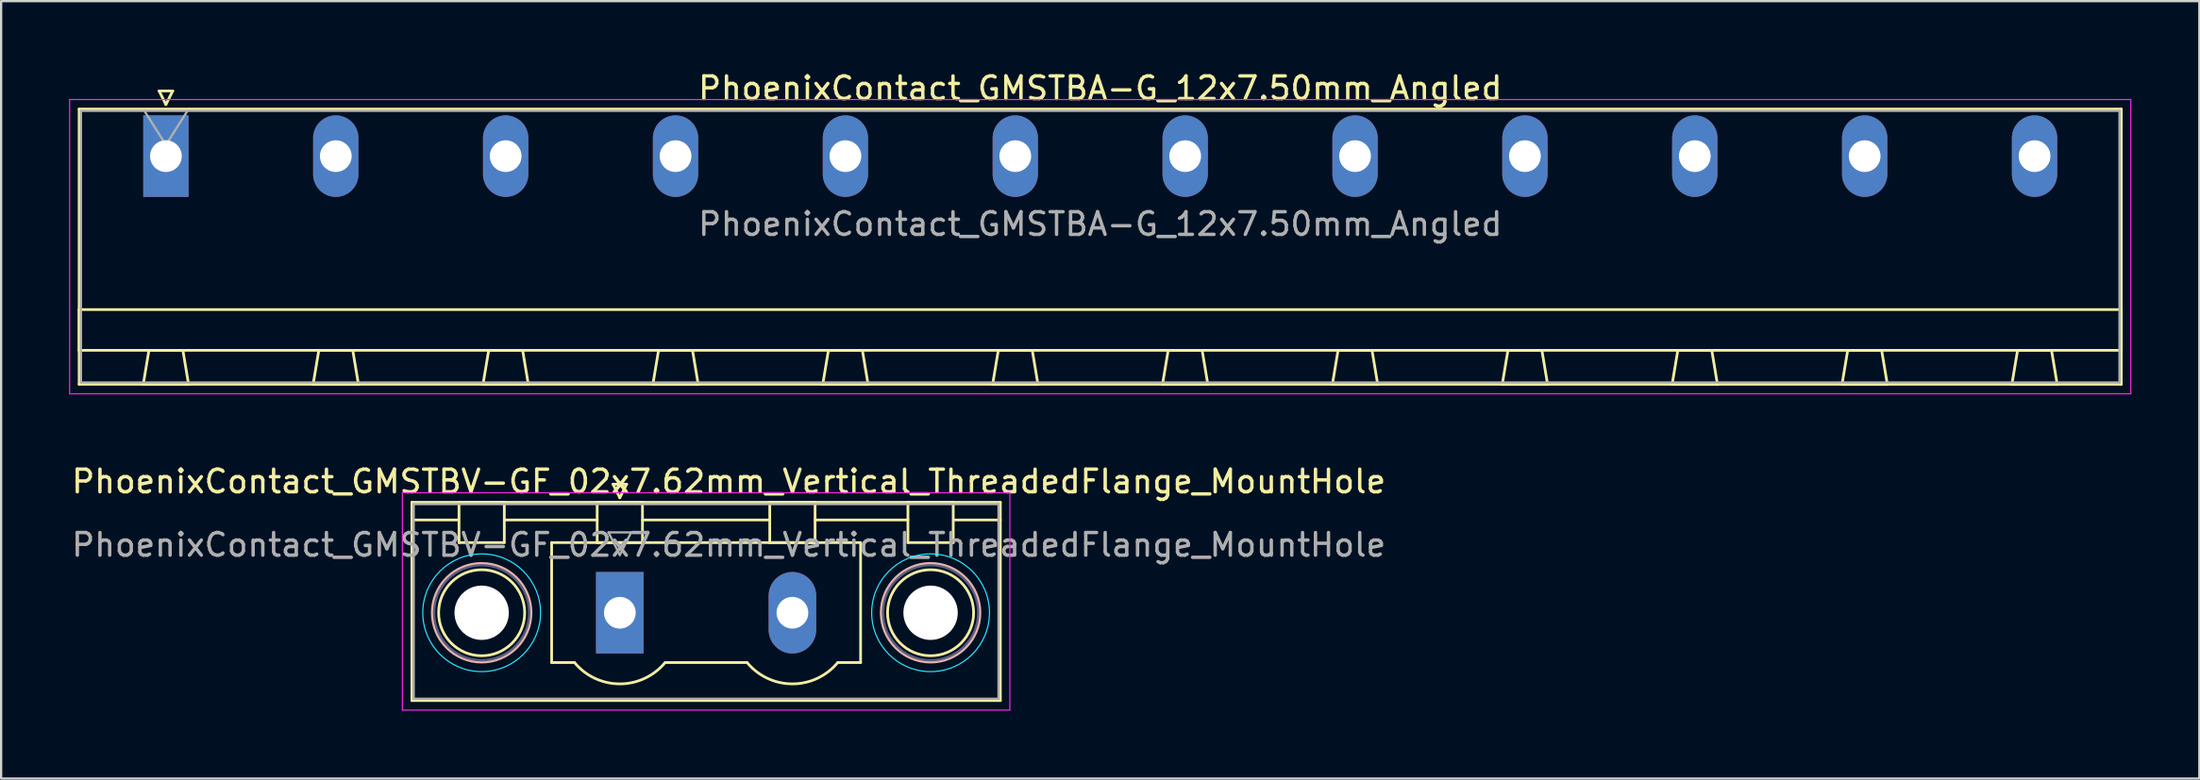
<source format=kicad_pcb>
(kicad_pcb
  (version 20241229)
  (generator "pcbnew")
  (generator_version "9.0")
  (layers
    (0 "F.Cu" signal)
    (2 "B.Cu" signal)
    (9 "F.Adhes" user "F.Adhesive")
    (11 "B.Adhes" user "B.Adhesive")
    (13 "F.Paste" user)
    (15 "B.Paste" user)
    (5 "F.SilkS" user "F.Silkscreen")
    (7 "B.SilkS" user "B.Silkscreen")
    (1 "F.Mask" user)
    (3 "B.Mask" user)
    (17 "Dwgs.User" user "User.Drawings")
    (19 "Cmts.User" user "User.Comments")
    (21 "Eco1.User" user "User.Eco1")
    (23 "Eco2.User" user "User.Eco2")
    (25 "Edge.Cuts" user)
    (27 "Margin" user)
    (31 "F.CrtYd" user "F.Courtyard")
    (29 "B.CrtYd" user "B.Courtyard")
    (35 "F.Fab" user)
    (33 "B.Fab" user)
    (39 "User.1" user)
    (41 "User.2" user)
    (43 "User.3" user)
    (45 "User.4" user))
  (footprint "PhoenixContact_GMSTBV-GF_02x7.62mm_Vertical_ThreadedFlange_MountHole"
    (layer "F.Cu")
    (at 24.315 24.021)
    (property "Reference" "PhoenixContact_GMSTBV-GF_02x7.62mm_Vertical_ThreadedFlange_MountHole" (at 4.81 -5.8 0) (layer "F.SilkS") (effects (font (size 1 1) (thickness 0.15))))
    (attr through_hole)
    (fp_line (start -9.18 -4.88) (end -9.18 3.88) (stroke (width 0.12) (type solid)) (layer "F.SilkS"))
    (fp_line (start -9.18 -4.1) (end -7.18 -4.1) (stroke (width 0.12) (type solid)) (layer "F.SilkS"))
    (fp_line (start -9.18 3.88) (end 16.8 3.88) (stroke (width 0.12) (type solid)) (layer "F.SilkS"))
    (fp_line (start -7.1 -4.88) (end -5.1 -4.88) (stroke (width 0.12) (type solid)) (layer "F.SilkS"))
    (fp_line (start -7.1 -3.1) (end -7.1 -4.88) (stroke (width 0.12) (type solid)) (layer "F.SilkS"))
    (fp_line (start -5.1 -4.88) (end -5.1 -3.1) (stroke (width 0.12) (type solid)) (layer "F.SilkS"))
    (fp_line (start -5.1 -4.1) (end -1 -4.1) (stroke (width 0.12) (type solid)) (layer "F.SilkS"))
    (fp_line (start -5.1 -3.1) (end -7.1 -3.1) (stroke (width 0.12) (type solid)) (layer "F.SilkS"))
    (fp_line (start -3.01 -3.1) (end 10.63 -3.1) (stroke (width 0.12) (type solid)) (layer "F.SilkS"))
    (fp_line (start -3.01 2.2) (end -3.01 -3.1) (stroke (width 0.12) (type solid)) (layer "F.SilkS"))
    (fp_line (start -2 2.2) (end -3.01 2.2) (stroke (width 0.12) (type solid)) (layer "F.SilkS"))
    (fp_line (start -1 -4.88) (end 1 -4.88) (stroke (width 0.12) (type solid)) (layer "F.SilkS"))
    (fp_line (start -1 -3.1) (end -1 -4.88) (stroke (width 0.12) (type solid)) (layer "F.SilkS"))
    (fp_line (start -0.3 -5.68) (end 0.3 -5.68) (stroke (width 0.12) (type solid)) (layer "F.SilkS"))
    (fp_line (start 0 -5.08) (end -0.3 -5.68) (stroke (width 0.12) (type solid)) (layer "F.SilkS"))
    (fp_line (start 0.3 -5.68) (end 0 -5.08) (stroke (width 0.12) (type solid)) (layer "F.SilkS"))
    (fp_line (start 1 -4.88) (end 1 -3.1) (stroke (width 0.12) (type solid)) (layer "F.SilkS"))
    (fp_line (start 1 -4.1) (end 6.62 -4.1) (stroke (width 0.12) (type solid)) (layer "F.SilkS"))
    (fp_line (start 1 -3.1) (end -1 -3.1) (stroke (width 0.12) (type solid)) (layer "F.SilkS"))
    (fp_line (start 2 2.2) (end 5.62 2.2) (stroke (width 0.12) (type solid)) (layer "F.SilkS"))
    (fp_line (start 6.62 -4.88) (end 8.62 -4.88) (stroke (width 0.12) (type solid)) (layer "F.SilkS"))
    (fp_line (start 6.62 -3.1) (end 6.62 -4.88) (stroke (width 0.12) (type solid)) (layer "F.SilkS"))
    (fp_line (start 8.62 -4.88) (end 8.62 -3.1) (stroke (width 0.12) (type solid)) (layer "F.SilkS"))
    (fp_line (start 8.62 -4.1) (end 12.72 -4.1) (stroke (width 0.12) (type solid)) (layer "F.SilkS"))
    (fp_line (start 8.62 -3.1) (end 6.62 -3.1) (stroke (width 0.12) (type solid)) (layer "F.SilkS"))
    (fp_line (start 10.63 -3.1) (end 10.63 2.2) (stroke (width 0.12) (type solid)) (layer "F.SilkS"))
    (fp_line (start 10.63 2.2) (end 9.62 2.2) (stroke (width 0.12) (type solid)) (layer "F.SilkS"))
    (fp_line (start 12.72 -4.88) (end 14.72 -4.88) (stroke (width 0.12) (type solid)) (layer "F.SilkS"))
    (fp_line (start 12.72 -3.1) (end 12.72 -4.88) (stroke (width 0.12) (type solid)) (layer "F.SilkS"))
    (fp_line (start 14.72 -4.88) (end 14.72 -3.1) (stroke (width 0.12) (type solid)) (layer "F.SilkS"))
    (fp_line (start 14.72 -3.1) (end 12.72 -3.1) (stroke (width 0.12) (type solid)) (layer "F.SilkS"))
    (fp_line (start 16.8 -4.88) (end -9.18 -4.88) (stroke (width 0.12) (type solid)) (layer "F.SilkS"))
    (fp_line (start 16.8 -4.1) (end 14.8 -4.1) (stroke (width 0.12) (type solid)) (layer "F.SilkS"))
    (fp_line (start 16.8 3.88) (end 16.8 -4.88) (stroke (width 0.12) (type solid)) (layer "F.SilkS"))
    (fp_arc (start 1.986842 2.215821) (mid -0.010289 3.142758) (end -2 2.2) (stroke (width 0.12) (type solid)) (layer "F.SilkS"))
    (fp_arc (start 9.606842 2.215821) (mid 7.609711 3.142758) (end 5.62 2.2) (stroke (width 0.12) (type solid)) (layer "F.SilkS"))
    (fp_circle (center -6.1 0) (end -4.2 0) (stroke (width 0.12) (type solid)) (fill no) (layer "F.SilkS"))
    (fp_circle (center 13.72 0) (end 15.62 0) (stroke (width 0.12) (type solid)) (fill no) (layer "F.SilkS"))
    (fp_circle (center -6.1 0) (end -3.92 0) (stroke (width 0.12) (type solid)) (fill no) (layer "B.SilkS"))
    (fp_circle (center 13.72 0) (end 15.9 0) (stroke (width 0.12) (type solid)) (fill no) (layer "B.SilkS"))
    (fp_circle (center -6.1 0) (end -3.5 0) (stroke (width 0.05) (type solid)) (fill no) (layer "B.CrtYd"))
    (fp_circle (center 13.72 0) (end 16.32 0) (stroke (width 0.05) (type solid)) (fill no) (layer "B.CrtYd"))
    (fp_line (start -9.6 -5.3) (end -9.6 4.3) (stroke (width 0.05) (type solid)) (layer "F.CrtYd"))
    (fp_line (start -9.6 4.3) (end 17.22 4.3) (stroke (width 0.05) (type solid)) (layer "F.CrtYd"))
    (fp_line (start 17.22 -5.3) (end -9.6 -5.3) (stroke (width 0.05) (type solid)) (layer "F.CrtYd"))
    (fp_line (start 17.22 4.3) (end 17.22 -5.3) (stroke (width 0.05) (type solid)) (layer "F.CrtYd"))
    (fp_circle (center -6.1 0) (end -4 0) (stroke (width 0.1) (type solid)) (fill no) (layer "B.Fab"))
    (fp_circle (center 13.72 0) (end 15.82 0) (stroke (width 0.1) (type solid)) (fill no) (layer "B.Fab"))
    (fp_line (start -9.1 -4.8) (end -9.1 3.8) (stroke (width 0.1) (type solid)) (layer "F.Fab"))
    (fp_line (start -9.1 3.8) (end 16.72 3.8) (stroke (width 0.1) (type solid)) (layer "F.Fab"))
    (fp_line (start -0.5 -3.55) (end 0.5 -3.55) (stroke (width 0.1) (type solid)) (layer "F.Fab"))
    (fp_line (start 0 -2.55) (end -0.5 -3.55) (stroke (width 0.1) (type solid)) (layer "F.Fab"))
    (fp_line (start 0.5 -3.55) (end 0 -2.55) (stroke (width 0.1) (type solid)) (layer "F.Fab"))
    (fp_line (start 16.72 -4.8) (end -9.1 -4.8) (stroke (width 0.1) (type solid)) (layer "F.Fab"))
    (fp_line (start 16.72 3.8) (end 16.72 -4.8) (stroke (width 0.1) (type solid)) (layer "F.Fab"))
    (fp_text user "${REFERENCE}" (at 4.81 -3 0) (layer "F.Fab") (effects (font (size 1 1) (thickness 0.15))))
    (pad "" np_thru_hole circle (at -6.1 0) (size 2.4 2.4) (drill 2.4) (layers "*.Cu" "*.Mask"))
    (pad "" np_thru_hole circle (at 13.72 0) (size 2.4 2.4) (drill 2.4) (layers "*.Cu" "*.Mask"))
    (pad "1" thru_hole rect (at 0 0) (size 2.1 3.6) (drill 1.4) (layers "*.Cu" "*.Mask"))
    (pad "2" thru_hole oval (at 7.62 0) (size 2.1 3.6) (drill 1.4) (layers "*.Cu" "*.Mask")))
  (footprint "PhoenixContact_GMSTBA-G_12x7.50mm_Angled"
    (layer "F.Cu")
    (at 4.275 3.848)
    (property "Reference" "PhoenixContact_GMSTBA-G_12x7.50mm_Angled" (at 41.25 -3 0) (layer "F.SilkS") (effects (font (size 1 1) (thickness 0.15))))
    (attr through_hole)
    (fp_line (start -3.83 -2.08) (end -3.83 10.08) (stroke (width 0.12) (type solid)) (layer "F.SilkS"))
    (fp_line (start -3.83 6.78) (end 86.33 6.78) (stroke (width 0.12) (type solid)) (layer "F.SilkS"))
    (fp_line (start -3.83 8.58) (end -3.83 6.78) (stroke (width 0.12) (type solid)) (layer "F.SilkS"))
    (fp_line (start -3.83 10.08) (end 86.33 10.08) (stroke (width 0.12) (type solid)) (layer "F.SilkS"))
    (fp_line (start -1 10.08) (end 1 10.08) (stroke (width 0.12) (type solid)) (layer "F.SilkS"))
    (fp_line (start -0.75 8.58) (end -1 10.08) (stroke (width 0.12) (type solid)) (layer "F.SilkS"))
    (fp_line (start -0.3 -2.88) (end 0.3 -2.88) (stroke (width 0.12) (type solid)) (layer "F.SilkS"))
    (fp_line (start 0 -2.28) (end -0.3 -2.88) (stroke (width 0.12) (type solid)) (layer "F.SilkS"))
    (fp_line (start 0.3 -2.88) (end 0 -2.28) (stroke (width 0.12) (type solid)) (layer "F.SilkS"))
    (fp_line (start 0.75 8.58) (end -0.75 8.58) (stroke (width 0.12) (type solid)) (layer "F.SilkS"))
    (fp_line (start 1 10.08) (end 0.75 8.58) (stroke (width 0.12) (type solid)) (layer "F.SilkS"))
    (fp_line (start 6.5 10.08) (end 8.5 10.08) (stroke (width 0.12) (type solid)) (layer "F.SilkS"))
    (fp_line (start 6.75 8.58) (end 6.5 10.08) (stroke (width 0.12) (type solid)) (layer "F.SilkS"))
    (fp_line (start 8.25 8.58) (end 6.75 8.58) (stroke (width 0.12) (type solid)) (layer "F.SilkS"))
    (fp_line (start 8.5 10.08) (end 8.25 8.58) (stroke (width 0.12) (type solid)) (layer "F.SilkS"))
    (fp_line (start 14 10.08) (end 16 10.08) (stroke (width 0.12) (type solid)) (layer "F.SilkS"))
    (fp_line (start 14.25 8.58) (end 14 10.08) (stroke (width 0.12) (type solid)) (layer "F.SilkS"))
    (fp_line (start 15.75 8.58) (end 14.25 8.58) (stroke (width 0.12) (type solid)) (layer "F.SilkS"))
    (fp_line (start 16 10.08) (end 15.75 8.58) (stroke (width 0.12) (type solid)) (layer "F.SilkS"))
    (fp_line (start 21.5 10.08) (end 23.5 10.08) (stroke (width 0.12) (type solid)) (layer "F.SilkS"))
    (fp_line (start 21.75 8.58) (end 21.5 10.08) (stroke (width 0.12) (type solid)) (layer "F.SilkS"))
    (fp_line (start 23.25 8.58) (end 21.75 8.58) (stroke (width 0.12) (type solid)) (layer "F.SilkS"))
    (fp_line (start 23.5 10.08) (end 23.25 8.58) (stroke (width 0.12) (type solid)) (layer "F.SilkS"))
    (fp_line (start 29 10.08) (end 31 10.08) (stroke (width 0.12) (type solid)) (layer "F.SilkS"))
    (fp_line (start 29.25 8.58) (end 29 10.08) (stroke (width 0.12) (type solid)) (layer "F.SilkS"))
    (fp_line (start 30.75 8.58) (end 29.25 8.58) (stroke (width 0.12) (type solid)) (layer "F.SilkS"))
    (fp_line (start 31 10.08) (end 30.75 8.58) (stroke (width 0.12) (type solid)) (layer "F.SilkS"))
    (fp_line (start 36.5 10.08) (end 38.5 10.08) (stroke (width 0.12) (type solid)) (layer "F.SilkS"))
    (fp_line (start 36.75 8.58) (end 36.5 10.08) (stroke (width 0.12) (type solid)) (layer "F.SilkS"))
    (fp_line (start 38.25 8.58) (end 36.75 8.58) (stroke (width 0.12) (type solid)) (layer "F.SilkS"))
    (fp_line (start 38.5 10.08) (end 38.25 8.58) (stroke (width 0.12) (type solid)) (layer "F.SilkS"))
    (fp_line (start 44 10.08) (end 46 10.08) (stroke (width 0.12) (type solid)) (layer "F.SilkS"))
    (fp_line (start 44.25 8.58) (end 44 10.08) (stroke (width 0.12) (type solid)) (layer "F.SilkS"))
    (fp_line (start 45.75 8.58) (end 44.25 8.58) (stroke (width 0.12) (type solid)) (layer "F.SilkS"))
    (fp_line (start 46 10.08) (end 45.75 8.58) (stroke (width 0.12) (type solid)) (layer "F.SilkS"))
    (fp_line (start 51.5 10.08) (end 53.5 10.08) (stroke (width 0.12) (type solid)) (layer "F.SilkS"))
    (fp_line (start 51.75 8.58) (end 51.5 10.08) (stroke (width 0.12) (type solid)) (layer "F.SilkS"))
    (fp_line (start 53.25 8.58) (end 51.75 8.58) (stroke (width 0.12) (type solid)) (layer "F.SilkS"))
    (fp_line (start 53.5 10.08) (end 53.25 8.58) (stroke (width 0.12) (type solid)) (layer "F.SilkS"))
    (fp_line (start 59 10.08) (end 61 10.08) (stroke (width 0.12) (type solid)) (layer "F.SilkS"))
    (fp_line (start 59.25 8.58) (end 59 10.08) (stroke (width 0.12) (type solid)) (layer "F.SilkS"))
    (fp_line (start 60.75 8.58) (end 59.25 8.58) (stroke (width 0.12) (type solid)) (layer "F.SilkS"))
    (fp_line (start 61 10.08) (end 60.75 8.58) (stroke (width 0.12) (type solid)) (layer "F.SilkS"))
    (fp_line (start 66.5 10.08) (end 68.5 10.08) (stroke (width 0.12) (type solid)) (layer "F.SilkS"))
    (fp_line (start 66.75 8.58) (end 66.5 10.08) (stroke (width 0.12) (type solid)) (layer "F.SilkS"))
    (fp_line (start 68.25 8.58) (end 66.75 8.58) (stroke (width 0.12) (type solid)) (layer "F.SilkS"))
    (fp_line (start 68.5 10.08) (end 68.25 8.58) (stroke (width 0.12) (type solid)) (layer "F.SilkS"))
    (fp_line (start 74 10.08) (end 76 10.08) (stroke (width 0.12) (type solid)) (layer "F.SilkS"))
    (fp_line (start 74.25 8.58) (end 74 10.08) (stroke (width 0.12) (type solid)) (layer "F.SilkS"))
    (fp_line (start 75.75 8.58) (end 74.25 8.58) (stroke (width 0.12) (type solid)) (layer "F.SilkS"))
    (fp_line (start 76 10.08) (end 75.75 8.58) (stroke (width 0.12) (type solid)) (layer "F.SilkS"))
    (fp_line (start 81.5 10.08) (end 83.5 10.08) (stroke (width 0.12) (type solid)) (layer "F.SilkS"))
    (fp_line (start 81.75 8.58) (end 81.5 10.08) (stroke (width 0.12) (type solid)) (layer "F.SilkS"))
    (fp_line (start 83.25 8.58) (end 81.75 8.58) (stroke (width 0.12) (type solid)) (layer "F.SilkS"))
    (fp_line (start 83.5 10.08) (end 83.25 8.58) (stroke (width 0.12) (type solid)) (layer "F.SilkS"))
    (fp_line (start 86.33 -2.08) (end -3.83 -2.08) (stroke (width 0.12) (type solid)) (layer "F.SilkS"))
    (fp_line (start 86.33 6.78) (end 86.33 8.58) (stroke (width 0.12) (type solid)) (layer "F.SilkS"))
    (fp_line (start 86.33 8.58) (end -3.83 8.58) (stroke (width 0.12) (type solid)) (layer "F.SilkS"))
    (fp_line (start 86.33 10.08) (end 86.33 -2.08) (stroke (width 0.12) (type solid)) (layer "F.SilkS"))
    (fp_line (start -4.25 -2.5) (end -4.25 10.5) (stroke (width 0.05) (type solid)) (layer "F.CrtYd"))
    (fp_line (start -4.25 10.5) (end 86.75 10.5) (stroke (width 0.05) (type solid)) (layer "F.CrtYd"))
    (fp_line (start 86.75 -2.5) (end -4.25 -2.5) (stroke (width 0.05) (type solid)) (layer "F.CrtYd"))
    (fp_line (start 86.75 10.5) (end 86.75 -2.5) (stroke (width 0.05) (type solid)) (layer "F.CrtYd"))
    (fp_line (start -3.75 -2) (end -3.75 10) (stroke (width 0.1) (type solid)) (layer "F.Fab"))
    (fp_line (start -3.75 10) (end 86.25 10) (stroke (width 0.1) (type solid)) (layer "F.Fab"))
    (fp_line (start 0 -0.5) (end -0.95 -2) (stroke (width 0.1) (type solid)) (layer "F.Fab"))
    (fp_line (start 0.95 -2) (end 0 -0.5) (stroke (width 0.1) (type solid)) (layer "F.Fab"))
    (fp_line (start 86.25 -2) (end -3.75 -2) (stroke (width 0.1) (type solid)) (layer "F.Fab"))
    (fp_line (start 86.25 10) (end 86.25 -2) (stroke (width 0.1) (type solid)) (layer "F.Fab"))
    (fp_text user "${REFERENCE}" (at 41.25 3 0) (layer "F.Fab") (effects (font (size 1 1) (thickness 0.15))))
    (pad "1" thru_hole rect (at 0 0) (size 2 3.6) (drill 1.4) (layers "*.Cu" "*.Mask"))
    (pad "2" thru_hole oval (at 7.5 0) (size 2 3.6) (drill 1.4) (layers "*.Cu" "*.Mask"))
    (pad "3" thru_hole oval (at 15 0) (size 2 3.6) (drill 1.4) (layers "*.Cu" "*.Mask"))
    (pad "4" thru_hole oval (at 22.5 0) (size 2 3.6) (drill 1.4) (layers "*.Cu" "*.Mask"))
    (pad "5" thru_hole oval (at 30 0) (size 2 3.6) (drill 1.4) (layers "*.Cu" "*.Mask"))
    (pad "6" thru_hole oval (at 37.5 0) (size 2 3.6) (drill 1.4) (layers "*.Cu" "*.Mask"))
    (pad "7" thru_hole oval (at 45 0) (size 2 3.6) (drill 1.4) (layers "*.Cu" "*.Mask"))
    (pad "8" thru_hole oval (at 52.5 0) (size 2 3.6) (drill 1.4) (layers "*.Cu" "*.Mask"))
    (pad "9" thru_hole oval (at 60 0) (size 2 3.6) (drill 1.4) (layers "*.Cu" "*.Mask"))
    (pad "10" thru_hole oval (at 67.5 0) (size 2 3.6) (drill 1.4) (layers "*.Cu" "*.Mask"))
    (pad "11" thru_hole oval (at 75 0) (size 2 3.6) (drill 1.4) (layers "*.Cu" "*.Mask"))
    (pad "12" thru_hole oval (at 82.5 0) (size 2 3.6) (drill 1.4) (layers "*.Cu" "*.Mask")))
  (gr_rect
    (start -3 -3)
    (end 94.05 31.346)
    (stroke (width 0.1) (type default))
    (fill no)
    (layer "Edge.Cuts")))
</source>
